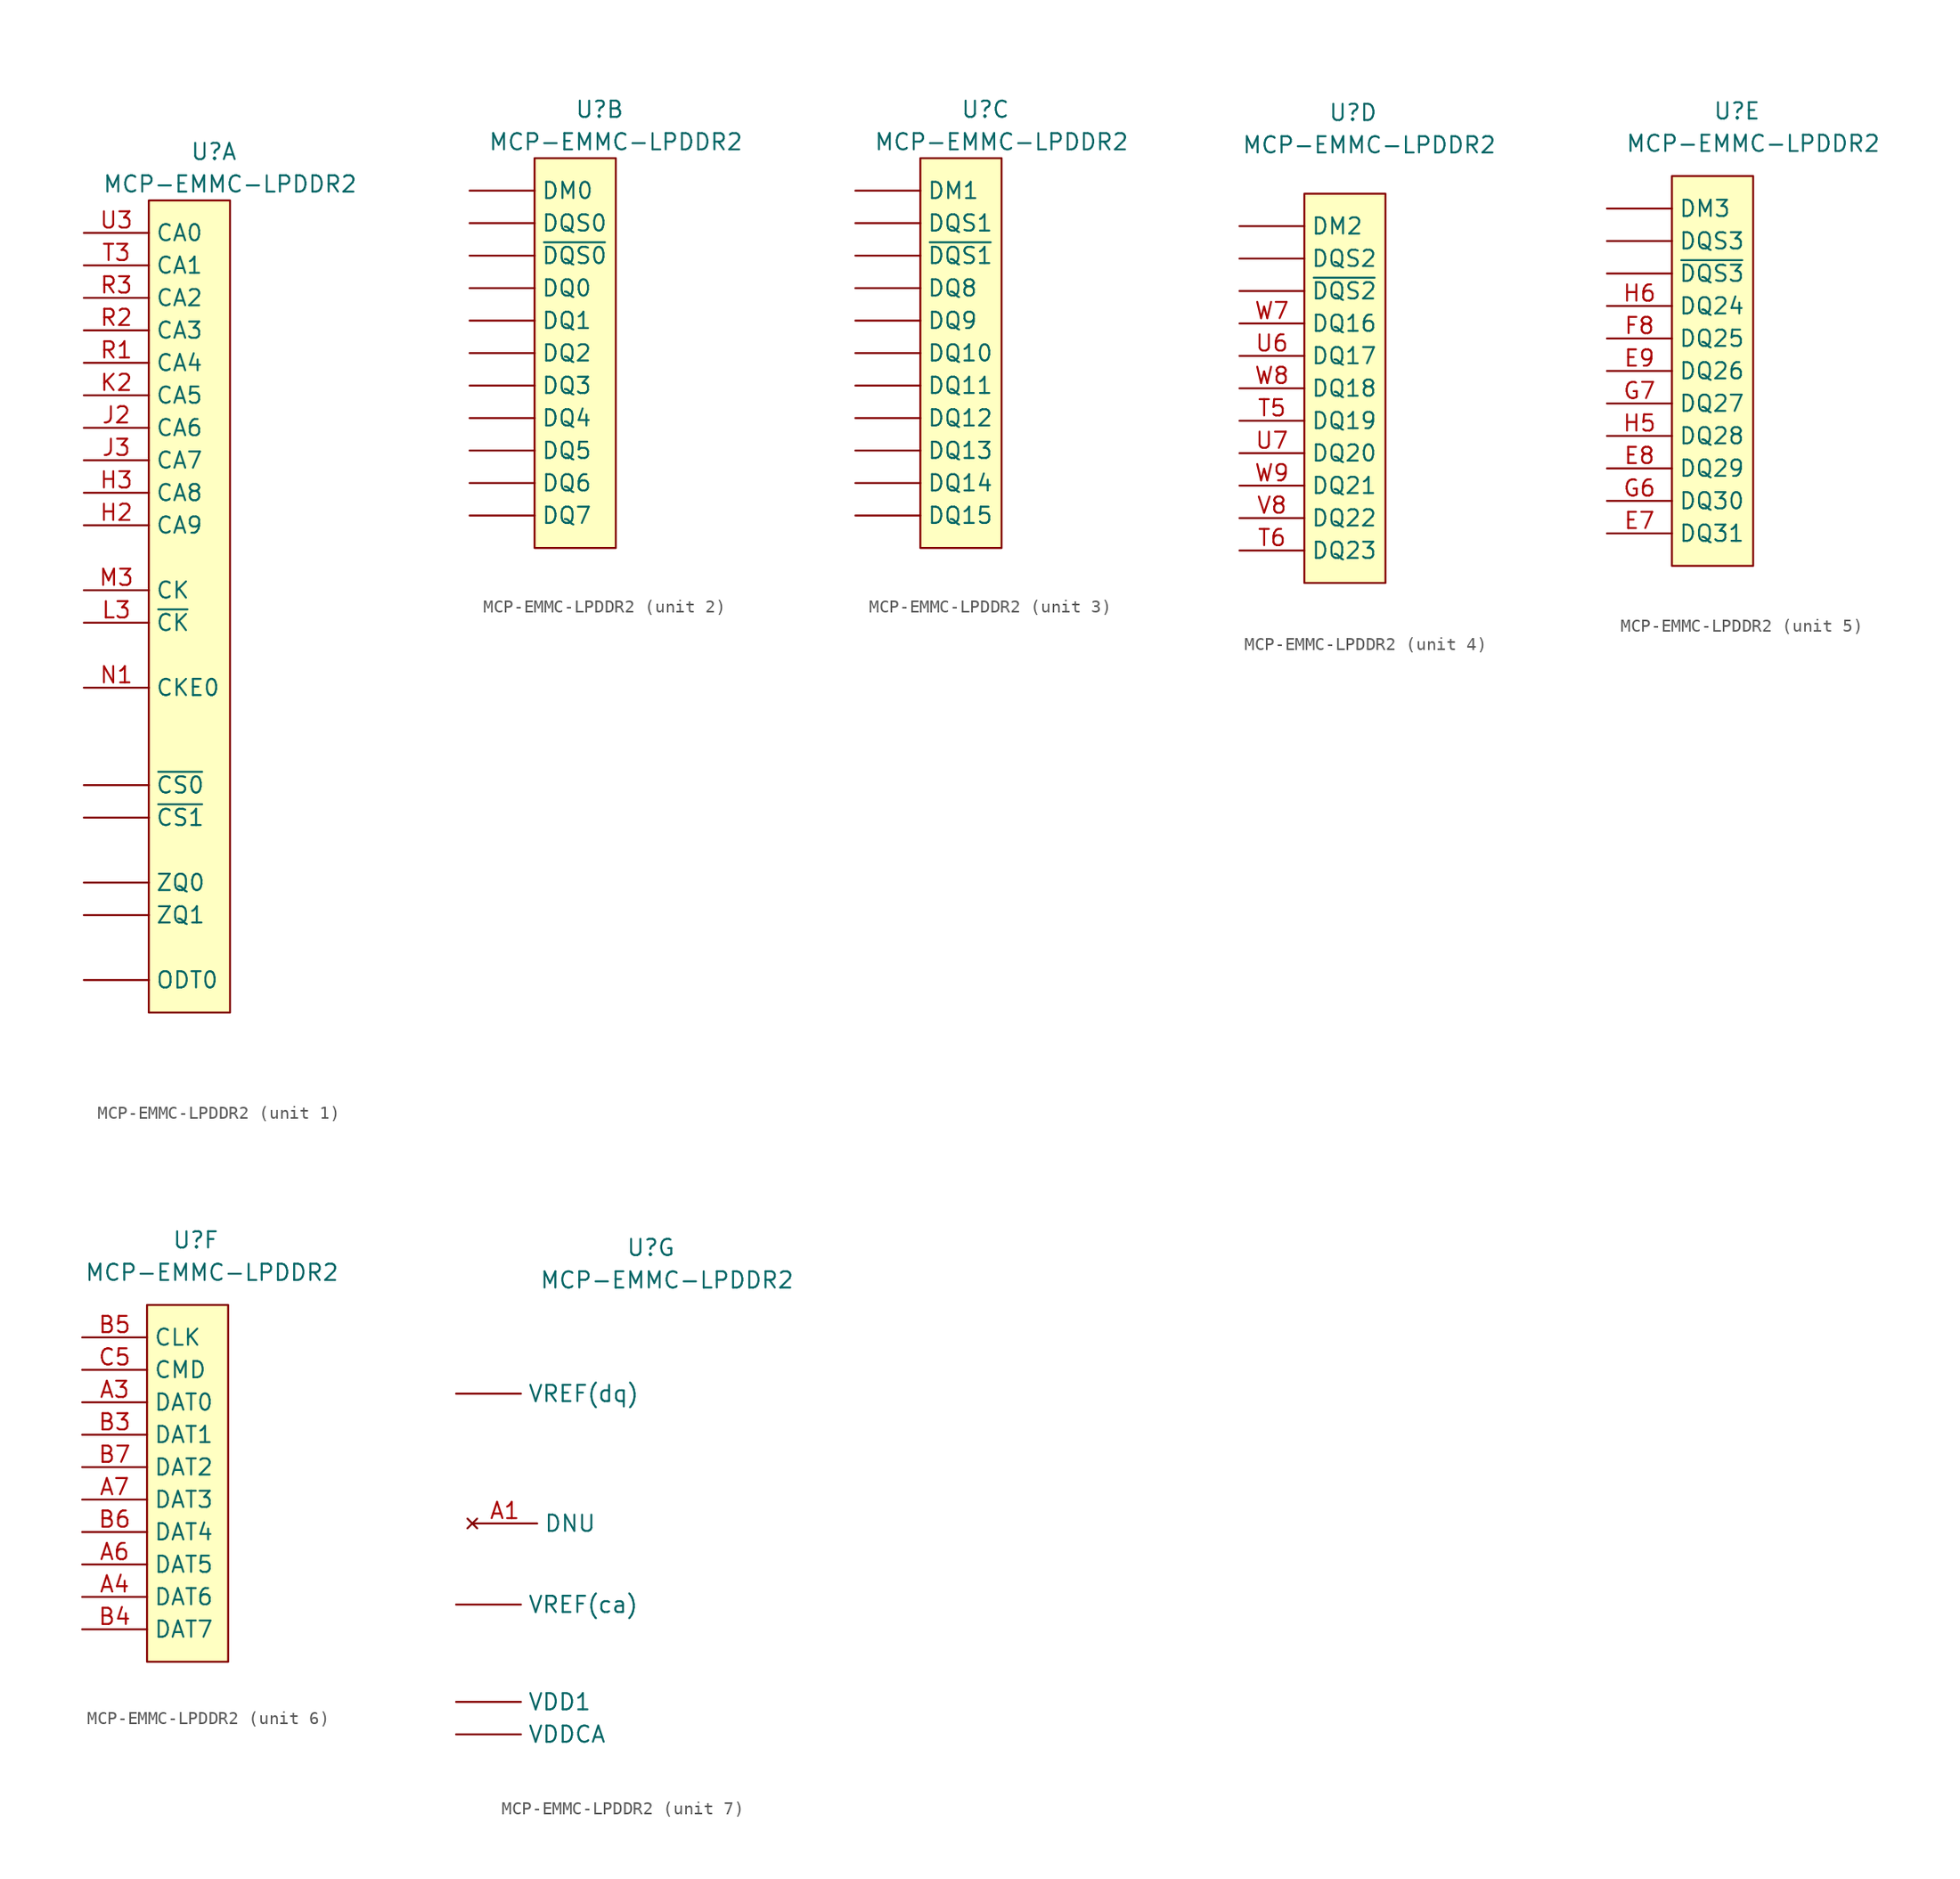
<source format=kicad_sym>
(kicad_symbol_lib
  (version 20211014)
  (generator kicad_symbol_editor)
  (symbol "MCP-EMMC-LPDDR2"
    (property "Reference" "U"
      (at -2.54 3.81 0)
      (effects (font (size 1.27 1.27))))
    (property "Value" "MCP-EMMC-LPDDR2"
      (at -1.27 1.27 0)
      (effects (font (size 1.27 1.27))))
    (property "ki_locked" ""
      (at 0 0 0)
      (effects (font (size 1.27 1.27))))
    (symbol "MCP-EMMC-LPDDR2_1_0"
      (pin passive line (at -12.7 -60.96 0) (length 5.08) (name "ODT0" (effects (font (size 1.27 1.27)))) (number "" (effects (font (size 1.27 1.27)))))
      (pin passive line (at -12.7 -53.34 0) (length 5.08) (name "ZQ0" (effects (font (size 1.27 1.27)))) (number "" (effects (font (size 1.27 1.27)))))
      (pin passive line (at -12.7 -55.88 0) (length 5.08) (name "ZQ1" (effects (font (size 1.27 1.27)))) (number "" (effects (font (size 1.27 1.27)))))
      (pin passive line (at -12.7 -45.72 0) (length 5.08) (name "~{CS0}" (effects (font (size 1.27 1.27)))) (number "" (effects (font (size 1.27 1.27)))))
      (pin passive line (at -12.7 -48.26 0) (length 5.08) (name "~{CS1}" (effects (font (size 1.27 1.27)))) (number "" (effects (font (size 1.27 1.27)))))
      (pin passive line (at -12.7 -25.4 0) (length 5.08) (name "CA9" (effects (font (size 1.27 1.27)))) (number "H2" (effects (font (size 1.27 1.27)))))
      (pin passive line (at -12.7 -22.86 0) (length 5.08) (name "CA8" (effects (font (size 1.27 1.27)))) (number "H3" (effects (font (size 1.27 1.27)))))
      (pin passive line (at -12.7 -17.78 0) (length 5.08) (name "CA6" (effects (font (size 1.27 1.27)))) (number "J2" (effects (font (size 1.27 1.27)))))
      (pin passive line (at -12.7 -20.32 0) (length 5.08) (name "CA7" (effects (font (size 1.27 1.27)))) (number "J3" (effects (font (size 1.27 1.27)))))
      (pin passive line (at -12.7 -15.24 0) (length 5.08) (name "CA5" (effects (font (size 1.27 1.27)))) (number "K2" (effects (font (size 1.27 1.27)))))
      (pin passive line (at -12.7 -33.02 0) (length 5.08) (name "~{CK}" (effects (font (size 1.27 1.27)))) (number "L3" (effects (font (size 1.27 1.27)))))
      (pin passive line (at -12.7 -30.48 0) (length 5.08) (name "CK" (effects (font (size 1.27 1.27)))) (number "M3" (effects (font (size 1.27 1.27)))))
      (pin passive line (at -12.7 -38.1 0) (length 5.08) (name "CKE0" (effects (font (size 1.27 1.27)))) (number "N1" (effects (font (size 1.27 1.27)))))
      (pin passive line (at -12.7 -12.7 0) (length 5.08) (name "CA4" (effects (font (size 1.27 1.27)))) (number "R1" (effects (font (size 1.27 1.27)))))
      (pin passive line (at -12.7 -10.16 0) (length 5.08) (name "CA3" (effects (font (size 1.27 1.27)))) (number "R2" (effects (font (size 1.27 1.27)))))
      (pin passive line (at -12.7 -7.62 0) (length 5.08) (name "CA2" (effects (font (size 1.27 1.27)))) (number "R3" (effects (font (size 1.27 1.27)))))
      (pin passive line (at -12.7 -5.08 0) (length 5.08) (name "CA1" (effects (font (size 1.27 1.27)))) (number "T3" (effects (font (size 1.27 1.27)))))
      (pin passive line (at -12.7 -2.54 0) (length 5.08) (name "CA0" (effects (font (size 1.27 1.27)))) (number "U3" (effects (font (size 1.27 1.27))))))
    (symbol "MCP-EMMC-LPDDR2_1_1"
      (rectangle (start -7.62 0) (end -1.27 -63.5) (stroke (width 0.152) (type default) (color 0 0 0 0)) (fill (type background))))
    (symbol "MCP-EMMC-LPDDR2_2_0"
      (pin passive line (at -12.7 -2.54 0) (length 5.08) (name "DM0" (effects (font (size 1.27 1.27)))) (number "" (effects (font (size 1.27 1.27)))))
      (pin passive line (at -12.7 -10.16 0) (length 5.08) (name "DQ0" (effects (font (size 1.27 1.27)))) (number "" (effects (font (size 1.27 1.27)))))
      (pin passive line (at -12.7 -12.7 0) (length 5.08) (name "DQ1" (effects (font (size 1.27 1.27)))) (number "" (effects (font (size 1.27 1.27)))))
      (pin passive line (at -12.7 -15.24 0) (length 5.08) (name "DQ2" (effects (font (size 1.27 1.27)))) (number "" (effects (font (size 1.27 1.27)))))
      (pin passive line (at -12.7 -17.78 0) (length 5.08) (name "DQ3" (effects (font (size 1.27 1.27)))) (number "" (effects (font (size 1.27 1.27)))))
      (pin passive line (at -12.7 -20.32 0) (length 5.08) (name "DQ4" (effects (font (size 1.27 1.27)))) (number "" (effects (font (size 1.27 1.27)))))
      (pin passive line (at -12.7 -22.86 0) (length 5.08) (name "DQ5" (effects (font (size 1.27 1.27)))) (number "" (effects (font (size 1.27 1.27)))))
      (pin passive line (at -12.7 -25.4 0) (length 5.08) (name "DQ6" (effects (font (size 1.27 1.27)))) (number "" (effects (font (size 1.27 1.27)))))
      (pin passive line (at -12.7 -27.94 0) (length 5.08) (name "DQ7" (effects (font (size 1.27 1.27)))) (number "" (effects (font (size 1.27 1.27)))))
      (pin passive line (at -12.7 -5.08 0) (length 5.08) (name "DQS0" (effects (font (size 1.27 1.27)))) (number "" (effects (font (size 1.27 1.27)))))
      (pin passive line (at -12.7 -7.62 0) (length 5.08) (name "~{DQS0}" (effects (font (size 1.27 1.27)))) (number "" (effects (font (size 1.27 1.27))))))
    (symbol "MCP-EMMC-LPDDR2_2_1"
      (rectangle (start -7.62 0) (end -1.27 -30.48) (stroke (width 0.152) (type default) (color 0 0 0 0)) (fill (type background))))
    (symbol "MCP-EMMC-LPDDR2_3_0"
      (pin passive line (at -12.7 -2.54 0) (length 5.08) (name "DM1" (effects (font (size 1.27 1.27)))) (number "" (effects (font (size 1.27 1.27)))))
      (pin passive line (at -12.7 -15.24 0) (length 5.08) (name "DQ10" (effects (font (size 1.27 1.27)))) (number "" (effects (font (size 1.27 1.27)))))
      (pin passive line (at -12.7 -17.78 0) (length 5.08) (name "DQ11" (effects (font (size 1.27 1.27)))) (number "" (effects (font (size 1.27 1.27)))))
      (pin passive line (at -12.7 -20.32 0) (length 5.08) (name "DQ12" (effects (font (size 1.27 1.27)))) (number "" (effects (font (size 1.27 1.27)))))
      (pin passive line (at -12.7 -22.86 0) (length 5.08) (name "DQ13" (effects (font (size 1.27 1.27)))) (number "" (effects (font (size 1.27 1.27)))))
      (pin passive line (at -12.7 -25.4 0) (length 5.08) (name "DQ14" (effects (font (size 1.27 1.27)))) (number "" (effects (font (size 1.27 1.27)))))
      (pin passive line (at -12.7 -27.94 0) (length 5.08) (name "DQ15" (effects (font (size 1.27 1.27)))) (number "" (effects (font (size 1.27 1.27)))))
      (pin passive line (at -12.7 -10.16 0) (length 5.08) (name "DQ8" (effects (font (size 1.27 1.27)))) (number "" (effects (font (size 1.27 1.27)))))
      (pin passive line (at -12.7 -12.7 0) (length 5.08) (name "DQ9" (effects (font (size 1.27 1.27)))) (number "" (effects (font (size 1.27 1.27)))))
      (pin passive line (at -12.7 -5.08 0) (length 5.08) (name "DQS1" (effects (font (size 1.27 1.27)))) (number "" (effects (font (size 1.27 1.27)))))
      (pin passive line (at -12.7 -7.62 0) (length 5.08) (name "~{DQS1}" (effects (font (size 1.27 1.27)))) (number "" (effects (font (size 1.27 1.27))))))
    (symbol "MCP-EMMC-LPDDR2_3_1"
      (rectangle (start -7.62 0) (end -1.27 -30.48) (stroke (width 0.152) (type default) (color 0 0 0 0)) (fill (type background))))
    (symbol "MCP-EMMC-LPDDR2_4_0"
      (pin passive line (at -11.43 -5.08 0) (length 5.08) (name "DM2" (effects (font (size 1.27 1.27)))) (number "" (effects (font (size 1.27 1.27)))))
      (pin passive line (at -11.43 -7.62 0) (length 5.08) (name "DQS2" (effects (font (size 1.27 1.27)))) (number "" (effects (font (size 1.27 1.27)))))
      (pin passive line (at -11.43 -10.16 0) (length 5.08) (name "~{DQS2}" (effects (font (size 1.27 1.27)))) (number "" (effects (font (size 1.27 1.27)))))
      (pin passive line (at -11.43 -20.32 0) (length 5.08) (name "DQ19" (effects (font (size 1.27 1.27)))) (number "T5" (effects (font (size 1.27 1.27)))))
      (pin passive line (at -11.43 -30.48 0) (length 5.08) (name "DQ23" (effects (font (size 1.27 1.27)))) (number "T6" (effects (font (size 1.27 1.27)))))
      (pin passive line (at -11.43 -15.24 0) (length 5.08) (name "DQ17" (effects (font (size 1.27 1.27)))) (number "U6" (effects (font (size 1.27 1.27)))))
      (pin passive line (at -11.43 -22.86 0) (length 5.08) (name "DQ20" (effects (font (size 1.27 1.27)))) (number "U7" (effects (font (size 1.27 1.27)))))
      (pin passive line (at -11.43 -27.94 0) (length 5.08) (name "DQ22" (effects (font (size 1.27 1.27)))) (number "V8" (effects (font (size 1.27 1.27)))))
      (pin passive line (at -11.43 -12.7 0) (length 5.08) (name "DQ16" (effects (font (size 1.27 1.27)))) (number "W7" (effects (font (size 1.27 1.27)))))
      (pin passive line (at -11.43 -17.78 0) (length 5.08) (name "DQ18" (effects (font (size 1.27 1.27)))) (number "W8" (effects (font (size 1.27 1.27)))))
      (pin passive line (at -11.43 -25.4 0) (length 5.08) (name "DQ21" (effects (font (size 1.27 1.27)))) (number "W9" (effects (font (size 1.27 1.27))))))
    (symbol "MCP-EMMC-LPDDR2_4_1"
      (rectangle (start -6.35 -33.02) (end 0 -2.54) (stroke (width 0.152) (type default) (color 0 0 0 0)) (fill (type background))))
    (symbol "MCP-EMMC-LPDDR2_5_0"
      (pin passive line (at -12.7 -3.81 0) (length 5.08) (name "DM3" (effects (font (size 1.27 1.27)))) (number "" (effects (font (size 1.27 1.27)))))
      (pin passive line (at -12.7 -6.35 0) (length 5.08) (name "DQS3" (effects (font (size 1.27 1.27)))) (number "" (effects (font (size 1.27 1.27)))))
      (pin passive line (at -12.7 -8.89 0) (length 5.08) (name "~{DQS3}" (effects (font (size 1.27 1.27)))) (number "" (effects (font (size 1.27 1.27)))))
      (pin passive line (at -12.7 -29.21 0) (length 5.08) (name "DQ31" (effects (font (size 1.27 1.27)))) (number "E7" (effects (font (size 1.27 1.27)))))
      (pin passive line (at -12.7 -24.13 0) (length 5.08) (name "DQ29" (effects (font (size 1.27 1.27)))) (number "E8" (effects (font (size 1.27 1.27)))))
      (pin passive line (at -12.7 -16.51 0) (length 5.08) (name "DQ26" (effects (font (size 1.27 1.27)))) (number "E9" (effects (font (size 1.27 1.27)))))
      (pin passive line (at -12.7 -13.97 0) (length 5.08) (name "DQ25" (effects (font (size 1.27 1.27)))) (number "F8" (effects (font (size 1.27 1.27)))))
      (pin passive line (at -12.7 -26.67 0) (length 5.08) (name "DQ30" (effects (font (size 1.27 1.27)))) (number "G6" (effects (font (size 1.27 1.27)))))
      (pin passive line (at -12.7 -19.05 0) (length 5.08) (name "DQ27" (effects (font (size 1.27 1.27)))) (number "G7" (effects (font (size 1.27 1.27)))))
      (pin passive line (at -12.7 -21.59 0) (length 5.08) (name "DQ28" (effects (font (size 1.27 1.27)))) (number "H5" (effects (font (size 1.27 1.27)))))
      (pin passive line (at -12.7 -11.43 0) (length 5.08) (name "DQ24" (effects (font (size 1.27 1.27)))) (number "H6" (effects (font (size 1.27 1.27))))))
    (symbol "MCP-EMMC-LPDDR2_5_1"
      (rectangle (start -7.62 -31.75) (end -1.27 -1.27) (stroke (width 0.152) (type default) (color 0 0 0 0)) (fill (type background))))
    (symbol "MCP-EMMC-LPDDR2_6_0"
      (pin passive line (at -11.43 -8.89 0) (length 5.08) (name "DAT0" (effects (font (size 1.27 1.27)))) (number "A3" (effects (font (size 1.27 1.27)))))
      (pin passive line (at -11.43 -24.13 0) (length 5.08) (name "DAT6" (effects (font (size 1.27 1.27)))) (number "A4" (effects (font (size 1.27 1.27)))))
      (pin passive line (at -11.43 -21.59 0) (length 5.08) (name "DAT5" (effects (font (size 1.27 1.27)))) (number "A6" (effects (font (size 1.27 1.27)))))
      (pin passive line (at -11.43 -16.51 0) (length 5.08) (name "DAT3" (effects (font (size 1.27 1.27)))) (number "A7" (effects (font (size 1.27 1.27)))))
      (pin passive line (at -11.43 -11.43 0) (length 5.08) (name "DAT1" (effects (font (size 1.27 1.27)))) (number "B3" (effects (font (size 1.27 1.27)))))
      (pin passive line (at -11.43 -26.67 0) (length 5.08) (name "DAT7" (effects (font (size 1.27 1.27)))) (number "B4" (effects (font (size 1.27 1.27)))))
      (pin passive line (at -11.43 -3.81 0) (length 5.08) (name "CLK" (effects (font (size 1.27 1.27)))) (number "B5" (effects (font (size 1.27 1.27)))))
      (pin passive line (at -11.43 -19.05 0) (length 5.08) (name "DAT4" (effects (font (size 1.27 1.27)))) (number "B6" (effects (font (size 1.27 1.27)))))
      (pin passive line (at -11.43 -13.97 0) (length 5.08) (name "DAT2" (effects (font (size 1.27 1.27)))) (number "B7" (effects (font (size 1.27 1.27)))))
      (pin passive line (at -11.43 -6.35 0) (length 5.08) (name "CMD" (effects (font (size 1.27 1.27)))) (number "C5" (effects (font (size 1.27 1.27))))))
    (symbol "MCP-EMMC-LPDDR2_6_1"
      (rectangle (start -6.35 -29.21) (end 0 -1.27) (stroke (width 0.152) (type default) (color 0 0 0 0)) (fill (type background))))
    (symbol "MCP-EMMC-LPDDR2_7_1"
      (pin no_connect line (at -17.78 -26.67 0) (length 5.08) hide (name "NC" (effects (font (size 1.27 1.27)))) (number "" (effects (font (size 1.27 1.27)))))
      (pin power_in line (at -17.78 -31.75 0) (length 5.08) (name "VDD1" (effects (font (size 1.27 1.27)))) (number "" (effects (font (size 1.27 1.27)))))
      (pin power_in line (at -17.78 -11.43 0) (length 5.08) hide (name "VDD2" (effects (font (size 1.27 1.27)))) (number "" (effects (font (size 1.27 1.27)))))
      (pin power_in line (at -17.78 -34.29 0) (length 5.08) (name "VDDCA" (effects (font (size 1.27 1.27)))) (number "" (effects (font (size 1.27 1.27)))))
      (pin power_in line (at -17.78 -21.59 0) (length 5.08) hide (name "VDDCA" (effects (font (size 1.27 1.27)))) (number "" (effects (font (size 1.27 1.27)))))
      (pin power_in line (at -16.51 -5.08 0) (length 5.08) hide (name "VDDQ" (effects (font (size 1.27 1.27)))) (number "" (effects (font (size 1.27 1.27)))))
      (pin power_in line (at -17.78 -24.13 0) (length 5.08) (name "VREF(ca)" (effects (font (size 1.27 1.27)))) (number "" (effects (font (size 1.27 1.27)))))
      (pin power_in line (at -17.78 -7.62 0) (length 5.08) (name "VREF(dq)" (effects (font (size 1.27 1.27)))) (number "" (effects (font (size 1.27 1.27)))))
      (pin power_in line (at -17.78 -29.21 0) (length 5.08) hide (name "VSS" (effects (font (size 1.27 1.27)))) (number "" (effects (font (size 1.27 1.27)))))
      (pin no_connect line (at -16.51 -17.78 0) (length 5.08) (name "DNU" (effects (font (size 1.27 1.27)))) (number "A1" (effects (font (size 1.27 1.27))))))))
</source>
